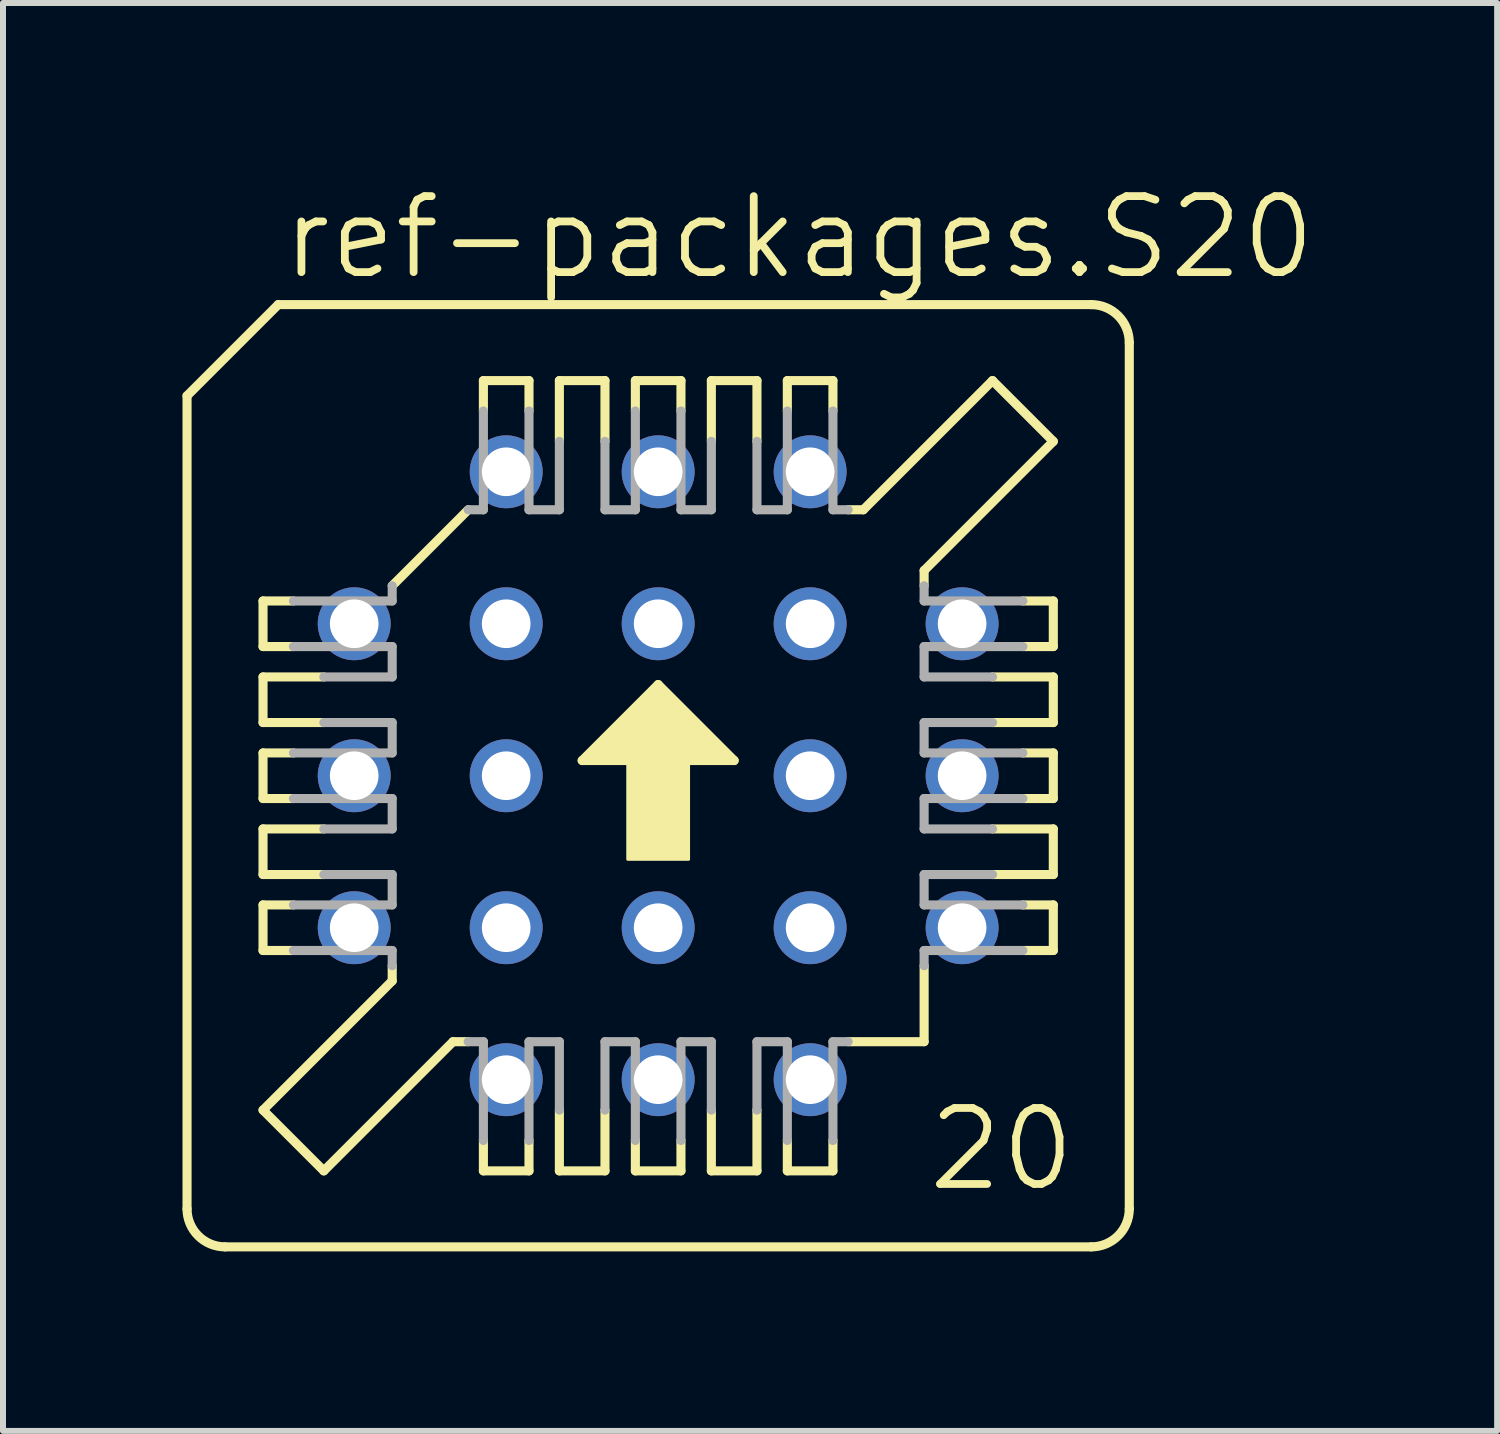
<source format=kicad_pcb>
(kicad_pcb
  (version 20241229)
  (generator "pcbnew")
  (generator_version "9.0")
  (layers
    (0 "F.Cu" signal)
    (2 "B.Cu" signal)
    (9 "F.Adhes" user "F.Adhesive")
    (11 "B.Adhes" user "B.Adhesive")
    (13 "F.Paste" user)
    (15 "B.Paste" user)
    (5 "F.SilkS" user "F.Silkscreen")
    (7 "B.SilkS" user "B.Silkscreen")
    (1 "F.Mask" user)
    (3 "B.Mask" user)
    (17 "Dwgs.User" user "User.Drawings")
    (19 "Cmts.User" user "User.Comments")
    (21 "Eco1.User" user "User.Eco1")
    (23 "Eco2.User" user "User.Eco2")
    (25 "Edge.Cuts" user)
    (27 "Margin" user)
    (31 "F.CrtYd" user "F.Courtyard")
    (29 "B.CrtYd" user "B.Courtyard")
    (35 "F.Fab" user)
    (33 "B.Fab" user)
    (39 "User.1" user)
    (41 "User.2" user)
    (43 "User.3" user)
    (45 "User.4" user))
  (footprint "ref-packages.S20"
    (layer "F.Cu")
    (at 7.95 9.915)
    (property "Reference" "ref-packages.S20" (at -6.35 -8.255 0) (layer "F.SilkS") (effects (font (size 1.27 1.27) (thickness 0.13)) (justify left bottom)))
    (attr through_hole)
    (fp_line (start -7.874 -6.35) (end -7.874 7.239) (stroke (width 0.152) (type default)) (layer "F.SilkS"))
    (fp_line (start -7.239 7.874) (end 7.239 7.874) (stroke (width 0.152) (type default)) (layer "F.SilkS"))
    (fp_line (start -6.604 -2.921) (end -6.096 -2.921) (stroke (width 0.152) (type default)) (layer "F.SilkS"))
    (fp_line (start -6.604 -2.159) (end -6.604 -2.921) (stroke (width 0.152) (type default)) (layer "F.SilkS"))
    (fp_line (start -6.604 -0.889) (end -6.604 -1.651) (stroke (width 0.152) (type default)) (layer "F.SilkS"))
    (fp_line (start -6.604 -0.889) (end -5.588 -0.889) (stroke (width 0.152) (type default)) (layer "F.SilkS"))
    (fp_line (start -6.604 -0.381) (end -6.096 -0.381) (stroke (width 0.152) (type default)) (layer "F.SilkS"))
    (fp_line (start -6.604 0.381) (end -6.604 -0.381) (stroke (width 0.152) (type default)) (layer "F.SilkS"))
    (fp_line (start -6.604 1.651) (end -6.604 0.889) (stroke (width 0.152) (type default)) (layer "F.SilkS"))
    (fp_line (start -6.604 1.651) (end -5.588 1.651) (stroke (width 0.152) (type default)) (layer "F.SilkS"))
    (fp_line (start -6.604 2.159) (end -6.096 2.159) (stroke (width 0.152) (type default)) (layer "F.SilkS"))
    (fp_line (start -6.604 2.921) (end -6.604 2.159) (stroke (width 0.152) (type default)) (layer "F.SilkS"))
    (fp_line (start -6.604 5.588) (end -4.445 3.429) (stroke (width 0.152) (type default)) (layer "F.SilkS"))
    (fp_line (start -6.35 -7.874) (end -7.874 -6.35) (stroke (width 0.152) (type default)) (layer "F.SilkS"))
    (fp_line (start -6.096 -2.159) (end -6.604 -2.159) (stroke (width 0.152) (type default)) (layer "F.SilkS"))
    (fp_line (start -6.096 0.381) (end -6.604 0.381) (stroke (width 0.152) (type default)) (layer "F.SilkS"))
    (fp_line (start -6.096 2.921) (end -6.604 2.921) (stroke (width 0.152) (type default)) (layer "F.SilkS"))
    (fp_line (start -5.588 -1.651) (end -6.604 -1.651) (stroke (width 0.152) (type default)) (layer "F.SilkS"))
    (fp_line (start -5.588 0.889) (end -6.604 0.889) (stroke (width 0.152) (type default)) (layer "F.SilkS"))
    (fp_line (start -5.588 6.604) (end -6.604 5.588) (stroke (width 0.152) (type default)) (layer "F.SilkS"))
    (fp_line (start -5.588 6.604) (end -3.429 4.445) (stroke (width 0.152) (type default)) (layer "F.SilkS"))
    (fp_line (start -4.445 -3.175) (end -3.175 -4.445) (stroke (width 0.152) (type default)) (layer "F.SilkS"))
    (fp_line (start -4.445 3.429) (end -4.445 3.175) (stroke (width 0.152) (type default)) (layer "F.SilkS"))
    (fp_line (start -3.429 4.445) (end -3.175 4.445) (stroke (width 0.152) (type default)) (layer "F.SilkS"))
    (fp_line (start -2.921 -6.604) (end -2.921 -6.096) (stroke (width 0.152) (type default)) (layer "F.SilkS"))
    (fp_line (start -2.921 6.096) (end -2.921 6.604) (stroke (width 0.152) (type default)) (layer "F.SilkS"))
    (fp_line (start -2.921 6.604) (end -2.159 6.604) (stroke (width 0.152) (type default)) (layer "F.SilkS"))
    (fp_line (start -2.159 -6.604) (end -2.921 -6.604) (stroke (width 0.152) (type default)) (layer "F.SilkS"))
    (fp_line (start -2.159 -6.096) (end -2.159 -6.604) (stroke (width 0.152) (type default)) (layer "F.SilkS"))
    (fp_line (start -2.159 6.604) (end -2.159 6.096) (stroke (width 0.152) (type default)) (layer "F.SilkS"))
    (fp_line (start -1.651 -5.588) (end -1.651 -6.604) (stroke (width 0.152) (type default)) (layer "F.SilkS"))
    (fp_line (start -1.651 6.604) (end -1.651 5.588) (stroke (width 0.152) (type default)) (layer "F.SilkS"))
    (fp_line (start -1.651 6.604) (end -0.889 6.604) (stroke (width 0.152) (type default)) (layer "F.SilkS"))
    (fp_line (start -1.27 -0.254) (end 1.27 -0.254) (stroke (width 0.152) (type default)) (layer "F.SilkS"))
    (fp_line (start -0.889 -6.604) (end -1.651 -6.604) (stroke (width 0.152) (type default)) (layer "F.SilkS"))
    (fp_line (start -0.889 -6.604) (end -0.889 -5.588) (stroke (width 0.152) (type default)) (layer "F.SilkS"))
    (fp_line (start -0.889 5.588) (end -0.889 6.604) (stroke (width 0.152) (type default)) (layer "F.SilkS"))
    (fp_line (start -0.381 -6.604) (end -0.381 -6.096) (stroke (width 0.152) (type default)) (layer "F.SilkS"))
    (fp_line (start -0.381 6.096) (end -0.381 6.604) (stroke (width 0.152) (type default)) (layer "F.SilkS"))
    (fp_line (start -0.381 6.604) (end 0.381 6.604) (stroke (width 0.152) (type default)) (layer "F.SilkS"))
    (fp_line (start 0 -1.524) (end -1.27 -0.254) (stroke (width 0.152) (type default)) (layer "F.SilkS"))
    (fp_line (start 0.381 -6.604) (end -0.381 -6.604) (stroke (width 0.152) (type default)) (layer "F.SilkS"))
    (fp_line (start 0.381 -6.096) (end 0.381 -6.604) (stroke (width 0.152) (type default)) (layer "F.SilkS"))
    (fp_line (start 0.381 6.604) (end 0.381 6.096) (stroke (width 0.152) (type default)) (layer "F.SilkS"))
    (fp_line (start 0.889 -5.588) (end 0.889 -6.604) (stroke (width 0.152) (type default)) (layer "F.SilkS"))
    (fp_line (start 0.889 6.604) (end 0.889 5.588) (stroke (width 0.152) (type default)) (layer "F.SilkS"))
    (fp_line (start 0.889 6.604) (end 1.651 6.604) (stroke (width 0.152) (type default)) (layer "F.SilkS"))
    (fp_line (start 1.27 -0.254) (end 0 -1.524) (stroke (width 0.152) (type default)) (layer "F.SilkS"))
    (fp_line (start 1.651 -6.604) (end 0.889 -6.604) (stroke (width 0.152) (type default)) (layer "F.SilkS"))
    (fp_line (start 1.651 -6.604) (end 1.651 -5.588) (stroke (width 0.152) (type default)) (layer "F.SilkS"))
    (fp_line (start 1.651 5.588) (end 1.651 6.604) (stroke (width 0.152) (type default)) (layer "F.SilkS"))
    (fp_line (start 2.159 -6.604) (end 2.159 -6.096) (stroke (width 0.152) (type default)) (layer "F.SilkS"))
    (fp_line (start 2.159 6.096) (end 2.159 6.604) (stroke (width 0.152) (type default)) (layer "F.SilkS"))
    (fp_line (start 2.159 6.604) (end 2.921 6.604) (stroke (width 0.152) (type default)) (layer "F.SilkS"))
    (fp_line (start 2.921 -6.604) (end 2.159 -6.604) (stroke (width 0.152) (type default)) (layer "F.SilkS"))
    (fp_line (start 2.921 -6.096) (end 2.921 -6.604) (stroke (width 0.152) (type default)) (layer "F.SilkS"))
    (fp_line (start 2.921 6.604) (end 2.921 6.096) (stroke (width 0.152) (type default)) (layer "F.SilkS"))
    (fp_line (start 3.175 4.445) (end 4.445 4.445) (stroke (width 0.152) (type default)) (layer "F.SilkS"))
    (fp_line (start 3.429 -4.445) (end 3.175 -4.445) (stroke (width 0.152) (type default)) (layer "F.SilkS"))
    (fp_line (start 4.445 -3.429) (end 4.445 -3.175) (stroke (width 0.152) (type default)) (layer "F.SilkS"))
    (fp_line (start 4.445 3.175) (end 4.445 4.445) (stroke (width 0.152) (type default)) (layer "F.SilkS"))
    (fp_line (start 5.588 -6.604) (end 3.429 -4.445) (stroke (width 0.152) (type default)) (layer "F.SilkS"))
    (fp_line (start 5.588 -0.889) (end 6.604 -0.889) (stroke (width 0.152) (type default)) (layer "F.SilkS"))
    (fp_line (start 5.588 1.651) (end 6.604 1.651) (stroke (width 0.152) (type default)) (layer "F.SilkS"))
    (fp_line (start 6.096 -2.921) (end 6.604 -2.921) (stroke (width 0.152) (type default)) (layer "F.SilkS"))
    (fp_line (start 6.096 -0.381) (end 6.604 -0.381) (stroke (width 0.152) (type default)) (layer "F.SilkS"))
    (fp_line (start 6.096 2.159) (end 6.604 2.159) (stroke (width 0.152) (type default)) (layer "F.SilkS"))
    (fp_line (start 6.604 -5.588) (end 4.445 -3.429) (stroke (width 0.152) (type default)) (layer "F.SilkS"))
    (fp_line (start 6.604 -5.588) (end 5.588 -6.604) (stroke (width 0.152) (type default)) (layer "F.SilkS"))
    (fp_line (start 6.604 -2.921) (end 6.604 -2.159) (stroke (width 0.152) (type default)) (layer "F.SilkS"))
    (fp_line (start 6.604 -2.159) (end 6.096 -2.159) (stroke (width 0.152) (type default)) (layer "F.SilkS"))
    (fp_line (start 6.604 -1.651) (end 5.588 -1.651) (stroke (width 0.152) (type default)) (layer "F.SilkS"))
    (fp_line (start 6.604 -1.651) (end 6.604 -0.889) (stroke (width 0.152) (type default)) (layer "F.SilkS"))
    (fp_line (start 6.604 -0.381) (end 6.604 0.381) (stroke (width 0.152) (type default)) (layer "F.SilkS"))
    (fp_line (start 6.604 0.381) (end 6.096 0.381) (stroke (width 0.152) (type default)) (layer "F.SilkS"))
    (fp_line (start 6.604 0.889) (end 5.588 0.889) (stroke (width 0.152) (type default)) (layer "F.SilkS"))
    (fp_line (start 6.604 0.889) (end 6.604 1.651) (stroke (width 0.152) (type default)) (layer "F.SilkS"))
    (fp_line (start 6.604 2.159) (end 6.604 2.921) (stroke (width 0.152) (type default)) (layer "F.SilkS"))
    (fp_line (start 6.604 2.921) (end 6.096 2.921) (stroke (width 0.152) (type default)) (layer "F.SilkS"))
    (fp_line (start 7.239 -7.874) (end -6.35 -7.874) (stroke (width 0.152) (type default)) (layer "F.SilkS"))
    (fp_line (start 7.874 -7.239) (end 7.874 7.239) (stroke (width 0.152) (type default)) (layer "F.SilkS"))
    (fp_rect (start -1.143 -0.254) (end -0.889 -0.381) (stroke (width 0.05) (type default)) (fill yes) (layer "F.SilkS"))
    (fp_rect (start -1.016 -0.381) (end -0.889 -0.508) (stroke (width 0.05) (type default)) (fill yes) (layer "F.SilkS"))
    (fp_rect (start -0.889 -0.254) (end 0.889 -0.635) (stroke (width 0.05) (type default)) (fill yes) (layer "F.SilkS"))
    (fp_rect (start -0.762 -0.635) (end -0.635 -0.762) (stroke (width 0.05) (type default)) (fill yes) (layer "F.SilkS"))
    (fp_rect (start -0.635 -0.635) (end 0.635 -0.889) (stroke (width 0.05) (type default)) (fill yes) (layer "F.SilkS"))
    (fp_rect (start -0.508 -0.889) (end -0.381 -1.016) (stroke (width 0.05) (type default)) (fill yes) (layer "F.SilkS"))
    (fp_rect (start -0.508 1.397) (end 0.508 -0.508) (stroke (width 0.05) (type default)) (fill yes) (layer "F.SilkS"))
    (fp_rect (start -0.381 -0.889) (end 0.381 -1.143) (stroke (width 0.05) (type default)) (fill yes) (layer "F.SilkS"))
    (fp_rect (start -0.254 -1.143) (end -0.127 -1.27) (stroke (width 0.05) (type default)) (fill yes) (layer "F.SilkS"))
    (fp_rect (start -0.127 -1.143) (end 0.127 -1.397) (stroke (width 0.05) (type default)) (fill yes) (layer "F.SilkS"))
    (fp_rect (start 0.127 -1.143) (end 0.254 -1.27) (stroke (width 0.05) (type default)) (fill yes) (layer "F.SilkS"))
    (fp_rect (start 0.381 -0.889) (end 0.508 -1.016) (stroke (width 0.05) (type default)) (fill yes) (layer "F.SilkS"))
    (fp_rect (start 0.635 -0.635) (end 0.762 -0.762) (stroke (width 0.05) (type default)) (fill yes) (layer "F.SilkS"))
    (fp_rect (start 0.889 -0.381) (end 1.016 -0.508) (stroke (width 0.05) (type default)) (fill yes) (layer "F.SilkS"))
    (fp_rect (start 0.889 -0.254) (end 1.143 -0.381) (stroke (width 0.05) (type default)) (fill yes) (layer "F.SilkS"))
    (fp_arc (start -7.239 7.874) (mid -7.688013 7.688013) (end -7.874 7.239) (stroke (width 0.1524) (type default)) (layer "F.SilkS"))
    (fp_arc (start 7.239 -7.874) (mid 7.688013 -7.688013) (end 7.874 -7.239) (stroke (width 0.1524) (type default)) (layer "F.SilkS"))
    (fp_arc (start 7.874 7.239) (mid 7.688013 7.688013) (end 7.239 7.874) (stroke (width 0.1524) (type default)) (layer "F.SilkS"))
    (fp_line (start -6.096 -2.159) (end -4.445 -2.159) (stroke (width 0.152) (type default)) (layer "F.Fab"))
    (fp_line (start -6.096 0.381) (end -4.445 0.381) (stroke (width 0.152) (type default)) (layer "F.Fab"))
    (fp_line (start -6.096 2.921) (end -4.445 2.921) (stroke (width 0.152) (type default)) (layer "F.Fab"))
    (fp_line (start -5.588 -1.651) (end -4.445 -1.651) (stroke (width 0.152) (type default)) (layer "F.Fab"))
    (fp_line (start -5.588 0.889) (end -4.445 0.889) (stroke (width 0.152) (type default)) (layer "F.Fab"))
    (fp_line (start -4.445 -2.921) (end -6.096 -2.921) (stroke (width 0.152) (type default)) (layer "F.Fab"))
    (fp_line (start -4.445 -2.921) (end -4.445 -3.175) (stroke (width 0.152) (type default)) (layer "F.Fab"))
    (fp_line (start -4.445 -1.651) (end -4.445 -2.159) (stroke (width 0.152) (type default)) (layer "F.Fab"))
    (fp_line (start -4.445 -0.889) (end -5.588 -0.889) (stroke (width 0.152) (type default)) (layer "F.Fab"))
    (fp_line (start -4.445 -0.381) (end -6.096 -0.381) (stroke (width 0.152) (type default)) (layer "F.Fab"))
    (fp_line (start -4.445 -0.381) (end -4.445 -0.889) (stroke (width 0.152) (type default)) (layer "F.Fab"))
    (fp_line (start -4.445 0.889) (end -4.445 0.381) (stroke (width 0.152) (type default)) (layer "F.Fab"))
    (fp_line (start -4.445 1.651) (end -5.588 1.651) (stroke (width 0.152) (type default)) (layer "F.Fab"))
    (fp_line (start -4.445 2.159) (end -6.096 2.159) (stroke (width 0.152) (type default)) (layer "F.Fab"))
    (fp_line (start -4.445 2.159) (end -4.445 1.651) (stroke (width 0.152) (type default)) (layer "F.Fab"))
    (fp_line (start -4.445 2.921) (end -4.445 3.175) (stroke (width 0.152) (type default)) (layer "F.Fab"))
    (fp_line (start -2.921 -4.445) (end -3.175 -4.445) (stroke (width 0.152) (type default)) (layer "F.Fab"))
    (fp_line (start -2.921 -4.445) (end -2.921 -6.096) (stroke (width 0.152) (type default)) (layer "F.Fab"))
    (fp_line (start -2.921 4.445) (end -3.175 4.445) (stroke (width 0.152) (type default)) (layer "F.Fab"))
    (fp_line (start -2.921 6.096) (end -2.921 4.445) (stroke (width 0.152) (type default)) (layer "F.Fab"))
    (fp_line (start -2.159 -6.096) (end -2.159 -4.445) (stroke (width 0.152) (type default)) (layer "F.Fab"))
    (fp_line (start -2.159 4.445) (end -2.159 6.096) (stroke (width 0.152) (type default)) (layer "F.Fab"))
    (fp_line (start -2.159 4.445) (end -1.651 4.445) (stroke (width 0.152) (type default)) (layer "F.Fab"))
    (fp_line (start -1.651 -5.588) (end -1.651 -4.445) (stroke (width 0.152) (type default)) (layer "F.Fab"))
    (fp_line (start -1.651 -4.445) (end -2.159 -4.445) (stroke (width 0.152) (type default)) (layer "F.Fab"))
    (fp_line (start -1.651 4.445) (end -1.651 5.588) (stroke (width 0.152) (type default)) (layer "F.Fab"))
    (fp_line (start -0.889 -4.445) (end -0.889 -5.588) (stroke (width 0.152) (type default)) (layer "F.Fab"))
    (fp_line (start -0.889 4.445) (end -0.381 4.445) (stroke (width 0.152) (type default)) (layer "F.Fab"))
    (fp_line (start -0.889 5.588) (end -0.889 4.445) (stroke (width 0.152) (type default)) (layer "F.Fab"))
    (fp_line (start -0.381 -4.445) (end -0.889 -4.445) (stroke (width 0.152) (type default)) (layer "F.Fab"))
    (fp_line (start -0.381 -4.445) (end -0.381 -6.096) (stroke (width 0.152) (type default)) (layer "F.Fab"))
    (fp_line (start -0.381 6.096) (end -0.381 4.445) (stroke (width 0.152) (type default)) (layer "F.Fab"))
    (fp_line (start 0.381 -6.096) (end 0.381 -4.445) (stroke (width 0.152) (type default)) (layer "F.Fab"))
    (fp_line (start 0.381 4.445) (end 0.381 6.096) (stroke (width 0.152) (type default)) (layer "F.Fab"))
    (fp_line (start 0.381 4.445) (end 0.889 4.445) (stroke (width 0.152) (type default)) (layer "F.Fab"))
    (fp_line (start 0.889 -5.588) (end 0.889 -4.445) (stroke (width 0.152) (type default)) (layer "F.Fab"))
    (fp_line (start 0.889 -4.445) (end 0.381 -4.445) (stroke (width 0.152) (type default)) (layer "F.Fab"))
    (fp_line (start 0.889 4.445) (end 0.889 5.588) (stroke (width 0.152) (type default)) (layer "F.Fab"))
    (fp_line (start 1.651 -4.445) (end 1.651 -5.588) (stroke (width 0.152) (type default)) (layer "F.Fab"))
    (fp_line (start 1.651 4.445) (end 2.159 4.445) (stroke (width 0.152) (type default)) (layer "F.Fab"))
    (fp_line (start 1.651 5.588) (end 1.651 4.445) (stroke (width 0.152) (type default)) (layer "F.Fab"))
    (fp_line (start 2.159 -4.445) (end 1.651 -4.445) (stroke (width 0.152) (type default)) (layer "F.Fab"))
    (fp_line (start 2.159 -4.445) (end 2.159 -6.096) (stroke (width 0.152) (type default)) (layer "F.Fab"))
    (fp_line (start 2.159 6.096) (end 2.159 4.445) (stroke (width 0.152) (type default)) (layer "F.Fab"))
    (fp_line (start 2.921 -6.096) (end 2.921 -4.445) (stroke (width 0.152) (type default)) (layer "F.Fab"))
    (fp_line (start 2.921 -4.445) (end 3.175 -4.445) (stroke (width 0.152) (type default)) (layer "F.Fab"))
    (fp_line (start 2.921 4.445) (end 2.921 6.096) (stroke (width 0.152) (type default)) (layer "F.Fab"))
    (fp_line (start 3.175 4.445) (end 2.921 4.445) (stroke (width 0.152) (type default)) (layer "F.Fab"))
    (fp_line (start 4.445 -2.921) (end 4.445 -3.175) (stroke (width 0.152) (type default)) (layer "F.Fab"))
    (fp_line (start 4.445 -2.159) (end 4.445 -1.651) (stroke (width 0.152) (type default)) (layer "F.Fab"))
    (fp_line (start 4.445 -2.159) (end 6.096 -2.159) (stroke (width 0.152) (type default)) (layer "F.Fab"))
    (fp_line (start 4.445 -1.651) (end 5.588 -1.651) (stroke (width 0.152) (type default)) (layer "F.Fab"))
    (fp_line (start 4.445 -0.889) (end 4.445 -0.381) (stroke (width 0.152) (type default)) (layer "F.Fab"))
    (fp_line (start 4.445 0.381) (end 4.445 0.889) (stroke (width 0.152) (type default)) (layer "F.Fab"))
    (fp_line (start 4.445 0.381) (end 6.096 0.381) (stroke (width 0.152) (type default)) (layer "F.Fab"))
    (fp_line (start 4.445 0.889) (end 5.588 0.889) (stroke (width 0.152) (type default)) (layer "F.Fab"))
    (fp_line (start 4.445 1.651) (end 4.445 2.159) (stroke (width 0.152) (type default)) (layer "F.Fab"))
    (fp_line (start 4.445 2.921) (end 6.096 2.921) (stroke (width 0.152) (type default)) (layer "F.Fab"))
    (fp_line (start 4.445 3.175) (end 4.445 2.921) (stroke (width 0.152) (type default)) (layer "F.Fab"))
    (fp_line (start 5.588 -0.889) (end 4.445 -0.889) (stroke (width 0.152) (type default)) (layer "F.Fab"))
    (fp_line (start 5.588 1.651) (end 4.445 1.651) (stroke (width 0.152) (type default)) (layer "F.Fab"))
    (fp_line (start 6.096 -2.921) (end 4.445 -2.921) (stroke (width 0.152) (type default)) (layer "F.Fab"))
    (fp_line (start 6.096 -0.381) (end 4.445 -0.381) (stroke (width 0.152) (type default)) (layer "F.Fab"))
    (fp_line (start 6.096 2.159) (end 4.445 2.159) (stroke (width 0.152) (type default)) (layer "F.Fab"))
    (fp_text user "20" (at 4.445 6.985 0) (layer "F.SilkS") (effects (font (size 1.27 1.27) (thickness 0.13)) (justify left bottom)))
    (pad "1" thru_hole circle (at 0 -5.08) (size 1.219 1.219) (drill 0.813) (layers "*.Cu" "*.Mask"))
    (pad "2" thru_hole circle (at 0 -2.54) (size 1.219 1.219) (drill 0.813) (layers "*.Cu" "*.Mask"))
    (pad "3" thru_hole circle (at -2.54 -5.08) (size 1.219 1.219) (drill 0.813) (layers "*.Cu" "*.Mask"))
    (pad "4" thru_hole circle (at -5.08 -2.54) (size 1.219 1.219) (drill 0.813) (layers "*.Cu" "*.Mask"))
    (pad "5" thru_hole circle (at -2.54 -2.54) (size 1.219 1.219) (drill 0.813) (layers "*.Cu" "*.Mask"))
    (pad "6" thru_hole circle (at -5.08 0) (size 1.219 1.219) (drill 0.813) (layers "*.Cu" "*.Mask"))
    (pad "7" thru_hole circle (at -2.54 0) (size 1.219 1.219) (drill 0.813) (layers "*.Cu" "*.Mask"))
    (pad "8" thru_hole circle (at -5.08 2.54) (size 1.219 1.219) (drill 0.813) (layers "*.Cu" "*.Mask"))
    (pad "9" thru_hole circle (at -2.54 5.08) (size 1.219 1.219) (drill 0.813) (layers "*.Cu" "*.Mask"))
    (pad "10" thru_hole circle (at -2.54 2.54) (size 1.219 1.219) (drill 0.813) (layers "*.Cu" "*.Mask"))
    (pad "11" thru_hole circle (at 0 5.08) (size 1.219 1.219) (drill 0.813) (layers "*.Cu" "*.Mask"))
    (pad "12" thru_hole circle (at 0 2.54) (size 1.219 1.219) (drill 0.813) (layers "*.Cu" "*.Mask"))
    (pad "13" thru_hole circle (at 2.54 5.08) (size 1.219 1.219) (drill 0.813) (layers "*.Cu" "*.Mask"))
    (pad "14" thru_hole circle (at 5.08 2.54) (size 1.219 1.219) (drill 0.813) (layers "*.Cu" "*.Mask"))
    (pad "15" thru_hole circle (at 2.54 2.54) (size 1.219 1.219) (drill 0.813) (layers "*.Cu" "*.Mask"))
    (pad "16" thru_hole circle (at 5.08 0) (size 1.219 1.219) (drill 0.813) (layers "*.Cu" "*.Mask"))
    (pad "17" thru_hole circle (at 2.54 0) (size 1.219 1.219) (drill 0.813) (layers "*.Cu" "*.Mask"))
    (pad "18" thru_hole circle (at 5.08 -2.54) (size 1.219 1.219) (drill 0.813) (layers "*.Cu" "*.Mask"))
    (pad "19" thru_hole circle (at 2.54 -5.08) (size 1.219 1.219) (drill 0.813) (layers "*.Cu" "*.Mask"))
    (pad "20" thru_hole circle (at 2.54 -2.54) (size 1.219 1.219) (drill 0.813) (layers "*.Cu" "*.Mask")))
  (gr_rect
    (start -3 -3)
    (end 21.972 20.865)
    (stroke (width 0.1) (type default))
    (fill no)
    (layer "Edge.Cuts")))
</source>
